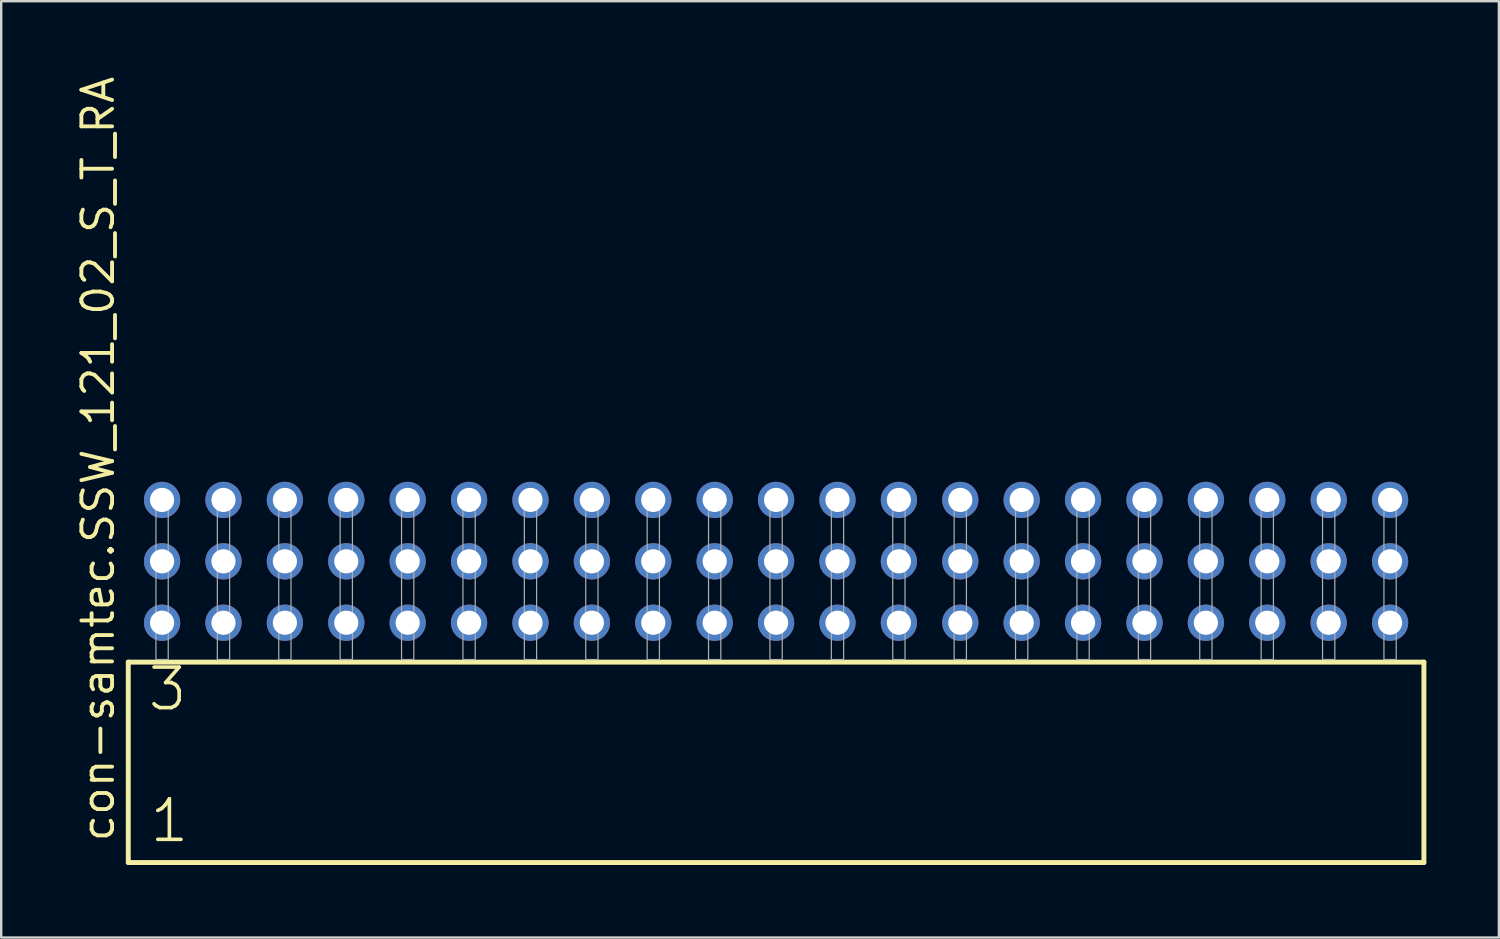
<source format=kicad_pcb>
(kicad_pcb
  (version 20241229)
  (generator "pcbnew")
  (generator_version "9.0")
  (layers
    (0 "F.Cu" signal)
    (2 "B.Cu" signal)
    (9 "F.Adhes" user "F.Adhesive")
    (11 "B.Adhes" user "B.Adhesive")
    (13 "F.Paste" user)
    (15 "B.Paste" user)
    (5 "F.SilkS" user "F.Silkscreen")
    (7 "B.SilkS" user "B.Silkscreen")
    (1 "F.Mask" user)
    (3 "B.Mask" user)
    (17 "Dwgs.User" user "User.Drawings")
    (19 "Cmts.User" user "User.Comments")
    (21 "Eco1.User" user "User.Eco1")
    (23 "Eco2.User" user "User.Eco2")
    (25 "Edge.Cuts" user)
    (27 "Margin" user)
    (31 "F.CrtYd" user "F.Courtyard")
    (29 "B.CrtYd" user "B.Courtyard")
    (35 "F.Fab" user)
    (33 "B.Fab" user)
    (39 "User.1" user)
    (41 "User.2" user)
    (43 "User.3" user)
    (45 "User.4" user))
  (footprint "con-samtec.SSW_121_02_S_T_RA"
    (layer "F.Cu")
    (at 29.055 24.235)
    (property "Reference" "con-samtec.SSW_121_02_S_T_RA" (at -27.305 7.62 90) (layer "F.SilkS") (effects (font (size 1.27 1.27) (thickness 0.16)) (justify left bottom)))
    (attr through_hole)
    (fp_line (start -26.799 0.106) (end -26.799 8.396) (stroke (width 0.203) (type default)) (layer "F.SilkS"))
    (fp_line (start -26.799 8.396) (end 26.799 8.396) (stroke (width 0.203) (type default)) (layer "F.SilkS"))
    (fp_line (start 26.799 0.106) (end -26.799 0.106) (stroke (width 0.203) (type default)) (layer "F.SilkS"))
    (fp_line (start 26.799 8.396) (end 26.799 0.106) (stroke (width 0.203) (type default)) (layer "F.SilkS"))
    (fp_rect (start -25.654 0) (end -25.146 -6.858) (stroke (width 0.05) (type default)) (fill no) (layer "F.Fab"))
    (fp_rect (start -23.114 0) (end -22.606 -6.858) (stroke (width 0.05) (type default)) (fill no) (layer "F.Fab"))
    (fp_rect (start -20.574 0) (end -20.066 -6.858) (stroke (width 0.05) (type default)) (fill no) (layer "F.Fab"))
    (fp_rect (start -18.034 0) (end -17.526 -6.858) (stroke (width 0.05) (type default)) (fill no) (layer "F.Fab"))
    (fp_rect (start -15.494 0) (end -14.986 -6.858) (stroke (width 0.05) (type default)) (fill no) (layer "F.Fab"))
    (fp_rect (start -12.954 0) (end -12.446 -6.858) (stroke (width 0.05) (type default)) (fill no) (layer "F.Fab"))
    (fp_rect (start -10.414 0) (end -9.906 -6.858) (stroke (width 0.05) (type default)) (fill no) (layer "F.Fab"))
    (fp_rect (start -7.874 0) (end -7.366 -6.858) (stroke (width 0.05) (type default)) (fill no) (layer "F.Fab"))
    (fp_rect (start -5.334 0) (end -4.826 -6.858) (stroke (width 0.05) (type default)) (fill no) (layer "F.Fab"))
    (fp_rect (start -2.794 0) (end -2.286 -6.858) (stroke (width 0.05) (type default)) (fill no) (layer "F.Fab"))
    (fp_rect (start -0.254 0) (end 0.254 -6.858) (stroke (width 0.05) (type default)) (fill no) (layer "F.Fab"))
    (fp_rect (start 2.286 0) (end 2.794 -6.858) (stroke (width 0.05) (type default)) (fill no) (layer "F.Fab"))
    (fp_rect (start 4.826 0) (end 5.334 -6.858) (stroke (width 0.05) (type default)) (fill no) (layer "F.Fab"))
    (fp_rect (start 7.366 0) (end 7.874 -6.858) (stroke (width 0.05) (type default)) (fill no) (layer "F.Fab"))
    (fp_rect (start 9.906 0) (end 10.414 -6.858) (stroke (width 0.05) (type default)) (fill no) (layer "F.Fab"))
    (fp_rect (start 12.446 0) (end 12.954 -6.858) (stroke (width 0.05) (type default)) (fill no) (layer "F.Fab"))
    (fp_rect (start 14.986 0) (end 15.494 -6.858) (stroke (width 0.05) (type default)) (fill no) (layer "F.Fab"))
    (fp_rect (start 17.526 0) (end 18.034 -6.858) (stroke (width 0.05) (type default)) (fill no) (layer "F.Fab"))
    (fp_rect (start 20.066 0) (end 20.574 -6.858) (stroke (width 0.05) (type default)) (fill no) (layer "F.Fab"))
    (fp_rect (start 22.606 0) (end 23.114 -6.858) (stroke (width 0.05) (type default)) (fill no) (layer "F.Fab"))
    (fp_rect (start 25.146 0) (end 25.654 -6.858) (stroke (width 0.05) (type default)) (fill no) (layer "F.Fab"))
    (fp_text user "1" (at -25.995 7.65 0) (layer "F.SilkS") (effects (font (size 1.676 1.676) (thickness 0.15)) (justify left bottom)))
    (fp_text user "3" (at -26.07 2.2 0) (layer "F.SilkS") (effects (font (size 1.676 1.676) (thickness 0.15)) (justify left bottom)))
    (pad "1" thru_hole circle (at -25.4 -1.524) (size 1.5 1.5) (drill 1) (layers "*.Cu" "*.Mask"))
    (pad "2" thru_hole circle (at -25.4 -4.064) (size 1.5 1.5) (drill 1) (layers "*.Cu" "*.Mask"))
    (pad "3" thru_hole circle (at -25.4 -6.604) (size 1.5 1.5) (drill 1) (layers "*.Cu" "*.Mask"))
    (pad "4" thru_hole circle (at -22.86 -1.524) (size 1.5 1.5) (drill 1) (layers "*.Cu" "*.Mask"))
    (pad "5" thru_hole circle (at -22.86 -4.064) (size 1.5 1.5) (drill 1) (layers "*.Cu" "*.Mask"))
    (pad "6" thru_hole circle (at -22.86 -6.604) (size 1.5 1.5) (drill 1) (layers "*.Cu" "*.Mask"))
    (pad "7" thru_hole circle (at -20.32 -1.524) (size 1.5 1.5) (drill 1) (layers "*.Cu" "*.Mask"))
    (pad "8" thru_hole circle (at -20.32 -4.064) (size 1.5 1.5) (drill 1) (layers "*.Cu" "*.Mask"))
    (pad "9" thru_hole circle (at -20.32 -6.604) (size 1.5 1.5) (drill 1) (layers "*.Cu" "*.Mask"))
    (pad "10" thru_hole circle (at -17.78 -1.524) (size 1.5 1.5) (drill 1) (layers "*.Cu" "*.Mask"))
    (pad "11" thru_hole circle (at -17.78 -4.064) (size 1.5 1.5) (drill 1) (layers "*.Cu" "*.Mask"))
    (pad "12" thru_hole circle (at -17.78 -6.604) (size 1.5 1.5) (drill 1) (layers "*.Cu" "*.Mask"))
    (pad "13" thru_hole circle (at -15.24 -1.524) (size 1.5 1.5) (drill 1) (layers "*.Cu" "*.Mask"))
    (pad "14" thru_hole circle (at -15.24 -4.064) (size 1.5 1.5) (drill 1) (layers "*.Cu" "*.Mask"))
    (pad "15" thru_hole circle (at -15.24 -6.604) (size 1.5 1.5) (drill 1) (layers "*.Cu" "*.Mask"))
    (pad "16" thru_hole circle (at -12.7 -1.524) (size 1.5 1.5) (drill 1) (layers "*.Cu" "*.Mask"))
    (pad "17" thru_hole circle (at -12.7 -4.064) (size 1.5 1.5) (drill 1) (layers "*.Cu" "*.Mask"))
    (pad "18" thru_hole circle (at -12.7 -6.604) (size 1.5 1.5) (drill 1) (layers "*.Cu" "*.Mask"))
    (pad "19" thru_hole circle (at -10.16 -1.524) (size 1.5 1.5) (drill 1) (layers "*.Cu" "*.Mask"))
    (pad "20" thru_hole circle (at -10.16 -4.064) (size 1.5 1.5) (drill 1) (layers "*.Cu" "*.Mask"))
    (pad "21" thru_hole circle (at -10.16 -6.604) (size 1.5 1.5) (drill 1) (layers "*.Cu" "*.Mask"))
    (pad "22" thru_hole circle (at -7.62 -1.524) (size 1.5 1.5) (drill 1) (layers "*.Cu" "*.Mask"))
    (pad "23" thru_hole circle (at -7.62 -4.064) (size 1.5 1.5) (drill 1) (layers "*.Cu" "*.Mask"))
    (pad "24" thru_hole circle (at -7.62 -6.604) (size 1.5 1.5) (drill 1) (layers "*.Cu" "*.Mask"))
    (pad "25" thru_hole circle (at -5.08 -1.524) (size 1.5 1.5) (drill 1) (layers "*.Cu" "*.Mask"))
    (pad "26" thru_hole circle (at -5.08 -4.064) (size 1.5 1.5) (drill 1) (layers "*.Cu" "*.Mask"))
    (pad "27" thru_hole circle (at -5.08 -6.604) (size 1.5 1.5) (drill 1) (layers "*.Cu" "*.Mask"))
    (pad "28" thru_hole circle (at -2.54 -1.524) (size 1.5 1.5) (drill 1) (layers "*.Cu" "*.Mask"))
    (pad "29" thru_hole circle (at -2.54 -4.064) (size 1.5 1.5) (drill 1) (layers "*.Cu" "*.Mask"))
    (pad "30" thru_hole circle (at -2.54 -6.604) (size 1.5 1.5) (drill 1) (layers "*.Cu" "*.Mask"))
    (pad "31" thru_hole circle (at 0 -1.524) (size 1.5 1.5) (drill 1) (layers "*.Cu" "*.Mask"))
    (pad "32" thru_hole circle (at 0 -4.064) (size 1.5 1.5) (drill 1) (layers "*.Cu" "*.Mask"))
    (pad "33" thru_hole circle (at 0 -6.604) (size 1.5 1.5) (drill 1) (layers "*.Cu" "*.Mask"))
    (pad "34" thru_hole circle (at 2.54 -1.524) (size 1.5 1.5) (drill 1) (layers "*.Cu" "*.Mask"))
    (pad "35" thru_hole circle (at 2.54 -4.064) (size 1.5 1.5) (drill 1) (layers "*.Cu" "*.Mask"))
    (pad "36" thru_hole circle (at 2.54 -6.604) (size 1.5 1.5) (drill 1) (layers "*.Cu" "*.Mask"))
    (pad "37" thru_hole circle (at 5.08 -1.524) (size 1.5 1.5) (drill 1) (layers "*.Cu" "*.Mask"))
    (pad "38" thru_hole circle (at 5.08 -4.064) (size 1.5 1.5) (drill 1) (layers "*.Cu" "*.Mask"))
    (pad "39" thru_hole circle (at 5.08 -6.604) (size 1.5 1.5) (drill 1) (layers "*.Cu" "*.Mask"))
    (pad "40" thru_hole circle (at 7.62 -1.524) (size 1.5 1.5) (drill 1) (layers "*.Cu" "*.Mask"))
    (pad "41" thru_hole circle (at 7.62 -4.064) (size 1.5 1.5) (drill 1) (layers "*.Cu" "*.Mask"))
    (pad "42" thru_hole circle (at 7.62 -6.604) (size 1.5 1.5) (drill 1) (layers "*.Cu" "*.Mask"))
    (pad "43" thru_hole circle (at 10.16 -1.524) (size 1.5 1.5) (drill 1) (layers "*.Cu" "*.Mask"))
    (pad "44" thru_hole circle (at 10.16 -4.064) (size 1.5 1.5) (drill 1) (layers "*.Cu" "*.Mask"))
    (pad "45" thru_hole circle (at 10.16 -6.604) (size 1.5 1.5) (drill 1) (layers "*.Cu" "*.Mask"))
    (pad "46" thru_hole circle (at 12.7 -1.524) (size 1.5 1.5) (drill 1) (layers "*.Cu" "*.Mask"))
    (pad "47" thru_hole circle (at 12.7 -4.064) (size 1.5 1.5) (drill 1) (layers "*.Cu" "*.Mask"))
    (pad "48" thru_hole circle (at 12.7 -6.604) (size 1.5 1.5) (drill 1) (layers "*.Cu" "*.Mask"))
    (pad "49" thru_hole circle (at 15.24 -1.524) (size 1.5 1.5) (drill 1) (layers "*.Cu" "*.Mask"))
    (pad "50" thru_hole circle (at 15.24 -4.064) (size 1.5 1.5) (drill 1) (layers "*.Cu" "*.Mask"))
    (pad "51" thru_hole circle (at 15.24 -6.604) (size 1.5 1.5) (drill 1) (layers "*.Cu" "*.Mask"))
    (pad "52" thru_hole circle (at 17.78 -1.524) (size 1.5 1.5) (drill 1) (layers "*.Cu" "*.Mask"))
    (pad "53" thru_hole circle (at 17.78 -4.064) (size 1.5 1.5) (drill 1) (layers "*.Cu" "*.Mask"))
    (pad "54" thru_hole circle (at 17.78 -6.604) (size 1.5 1.5) (drill 1) (layers "*.Cu" "*.Mask"))
    (pad "55" thru_hole circle (at 20.32 -1.524) (size 1.5 1.5) (drill 1) (layers "*.Cu" "*.Mask"))
    (pad "56" thru_hole circle (at 20.32 -4.064) (size 1.5 1.5) (drill 1) (layers "*.Cu" "*.Mask"))
    (pad "57" thru_hole circle (at 20.32 -6.604) (size 1.5 1.5) (drill 1) (layers "*.Cu" "*.Mask"))
    (pad "58" thru_hole circle (at 22.86 -1.524) (size 1.5 1.5) (drill 1) (layers "*.Cu" "*.Mask"))
    (pad "59" thru_hole circle (at 22.86 -4.064) (size 1.5 1.5) (drill 1) (layers "*.Cu" "*.Mask"))
    (pad "60" thru_hole circle (at 22.86 -6.604) (size 1.5 1.5) (drill 1) (layers "*.Cu" "*.Mask"))
    (pad "61" thru_hole circle (at 25.4 -1.524) (size 1.5 1.5) (drill 1) (layers "*.Cu" "*.Mask"))
    (pad "62" thru_hole circle (at 25.4 -4.064) (size 1.5 1.5) (drill 1) (layers "*.Cu" "*.Mask"))
    (pad "63" thru_hole circle (at 25.4 -6.604) (size 1.5 1.5) (drill 1) (layers "*.Cu" "*.Mask")))
  (gr_rect
    (start -3 -3)
    (end 58.956 35.733)
    (stroke (width 0.1) (type default))
    (fill no)
    (layer "Edge.Cuts")))
</source>
